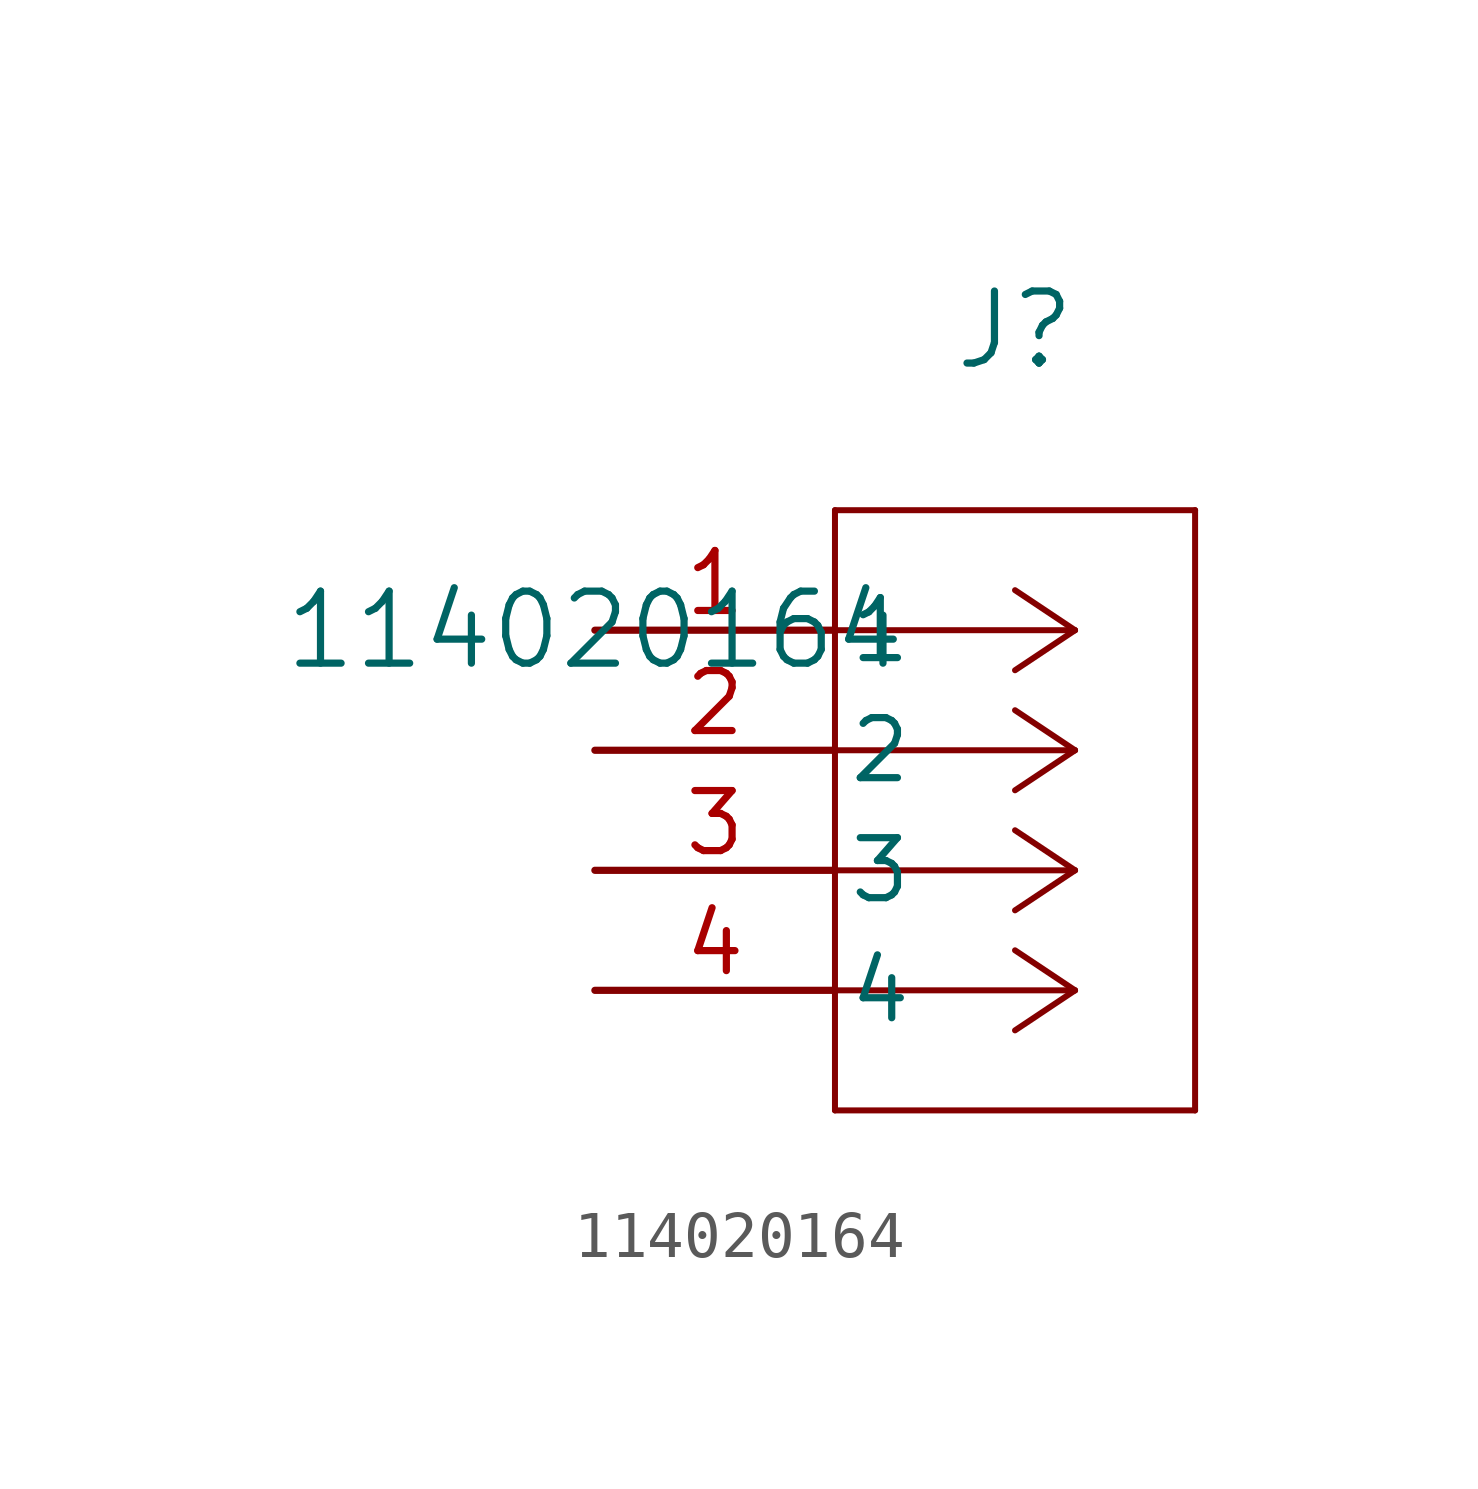
<source format=kicad_sym>
(kicad_symbol_lib
  (version 20211014)
  (generator kicad_symbol_editor)
  (symbol "114020164"
    (pin_names
      (offset 0.254))
    (property "Reference" "J"
      (at 8.89 6.35 0)
      (effects (font (size 1.524 1.524))))
    (property "Value" "114020164"
      (at 0 0 0)
      (effects (font (size 1.524 1.524))))
    (symbol "114020164_0_1"
      (polyline (pts (xy 10.16 0) (xy 5.08 0)) (stroke (width 0.127) (type default) (color 0 0 0 0)) (fill (type none)))
      (polyline (pts (xy 10.16 -2.54) (xy 5.08 -2.54)) (stroke (width 0.127) (type default) (color 0 0 0 0)) (fill (type none)))
      (polyline (pts (xy 10.16 -5.08) (xy 5.08 -5.08)) (stroke (width 0.127) (type default) (color 0 0 0 0)) (fill (type none)))
      (polyline (pts (xy 10.16 -7.62) (xy 5.08 -7.62)) (stroke (width 0.127) (type default) (color 0 0 0 0)) (fill (type none)))
      (polyline (pts (xy 10.16 0) (xy 8.89 0.847)) (stroke (width 0.127) (type default) (color 0 0 0 0)) (fill (type none)))
      (polyline (pts (xy 10.16 -2.54) (xy 8.89 -1.693)) (stroke (width 0.127) (type default) (color 0 0 0 0)) (fill (type none)))
      (polyline (pts (xy 10.16 -5.08) (xy 8.89 -4.233)) (stroke (width 0.127) (type default) (color 0 0 0 0)) (fill (type none)))
      (polyline (pts (xy 10.16 -7.62) (xy 8.89 -6.773)) (stroke (width 0.127) (type default) (color 0 0 0 0)) (fill (type none)))
      (polyline (pts (xy 10.16 0) (xy 8.89 -0.847)) (stroke (width 0.127) (type default) (color 0 0 0 0)) (fill (type none)))
      (polyline (pts (xy 10.16 -2.54) (xy 8.89 -3.387)) (stroke (width 0.127) (type default) (color 0 0 0 0)) (fill (type none)))
      (polyline (pts (xy 10.16 -5.08) (xy 8.89 -5.927)) (stroke (width 0.127) (type default) (color 0 0 0 0)) (fill (type none)))
      (polyline (pts (xy 10.16 -7.62) (xy 8.89 -8.467)) (stroke (width 0.127) (type default) (color 0 0 0 0)) (fill (type none)))
      (polyline (pts (xy 5.08 2.54) (xy 5.08 -10.16)) (stroke (width 0.127) (type default) (color 0 0 0 0)) (fill (type none)))
      (polyline (pts (xy 5.08 -10.16) (xy 12.7 -10.16)) (stroke (width 0.127) (type default) (color 0 0 0 0)) (fill (type none)))
      (polyline (pts (xy 12.7 -10.16) (xy 12.7 2.54)) (stroke (width 0.127) (type default) (color 0 0 0 0)) (fill (type none)))
      (polyline (pts (xy 12.7 2.54) (xy 5.08 2.54)) (stroke (width 0.127) (type default) (color 0 0 0 0)) (fill (type none)))
      (pin unspecified line (at 0 0 0) (length 5.08) (name "1" (effects (font (size 1.27 1.27)))) (number "1" (effects (font (size 1.27 1.27)))))
      (pin unspecified line (at 0 -2.54 0) (length 5.08) (name "2" (effects (font (size 1.27 1.27)))) (number "2" (effects (font (size 1.27 1.27)))))
      (pin unspecified line (at 0 -5.08 0) (length 5.08) (name "3" (effects (font (size 1.27 1.27)))) (number "3" (effects (font (size 1.27 1.27)))))
      (pin unspecified line (at 0 -7.62 0) (length 5.08) (name "4" (effects (font (size 1.27 1.27)))) (number "4" (effects (font (size 1.27 1.27))))))))
</source>
